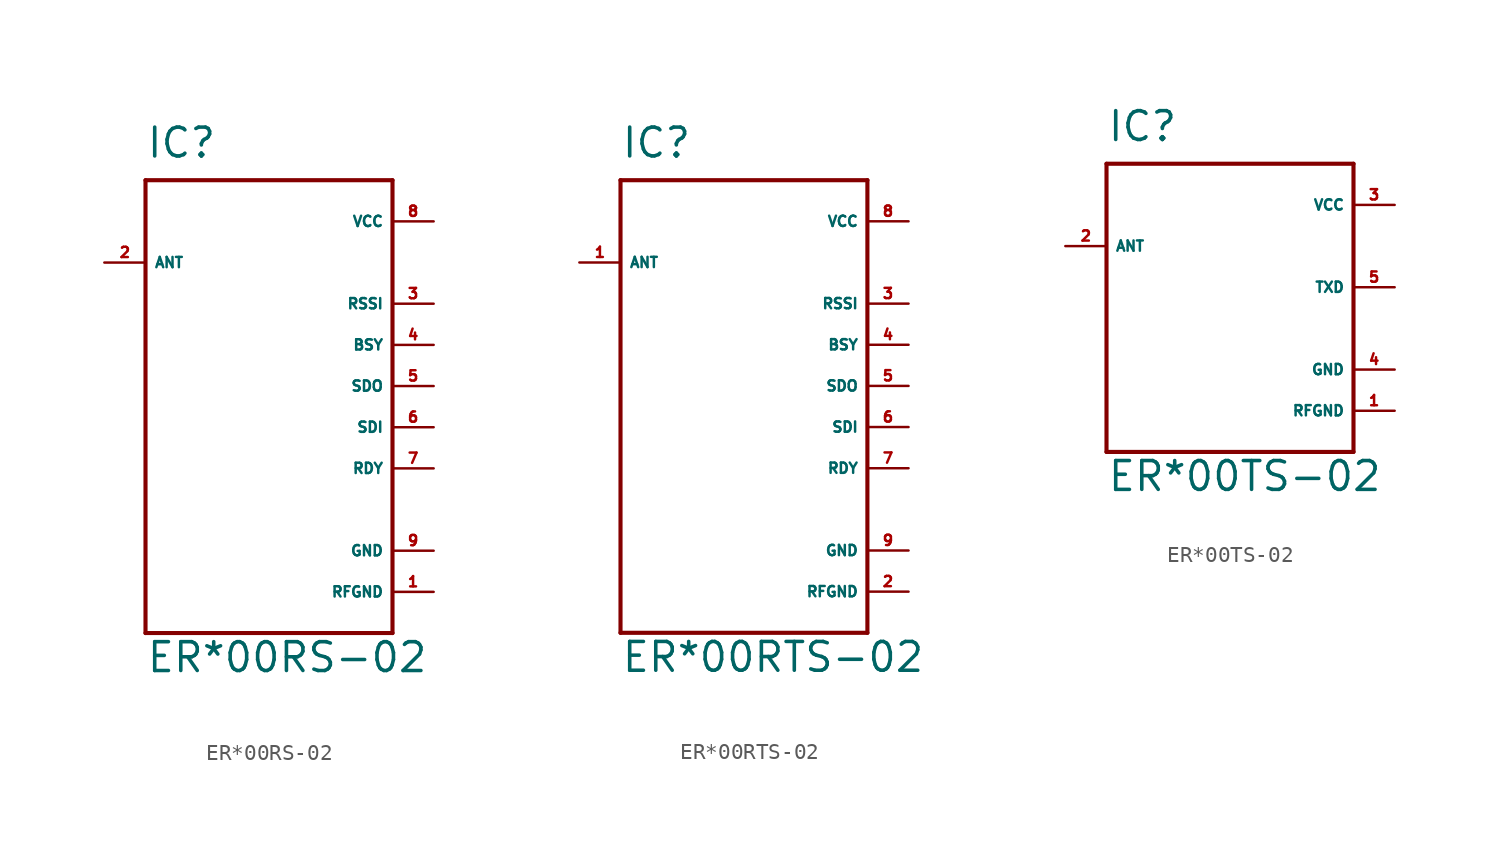
<source format=kicad_sym>
(kicad_symbol_lib
  (version 20220914)
  (generator Eagle2Kicad)
  (symbol "ER*00RS-02"
    (property "Reference" "IC"
      (at -7.62 16.51 0)
      (effects (font (size 1.778 1.778) (thickness 0.22)) (justify left bottom)))
    (property "Value" "ER*00RS-02"
      (at -7.62 -15.24 0)
      (effects (font (size 1.778 1.778) (thickness 0.22)) (justify left bottom)))
    (polyline
      (pts (xy -7.62 15.24) (xy 7.62 15.24))
      (stroke (width 0.254) (type default))
      (fill (type none)))
    (polyline
      (pts (xy 7.62 15.24) (xy 7.62 -12.7))
      (stroke (width 0.254) (type default))
      (fill (type none)))
    (polyline
      (pts (xy 7.62 -12.7) (xy -7.62 -12.7))
      (stroke (width 0.254) (type default))
      (fill (type none)))
    (polyline
      (pts (xy -7.62 -12.7) (xy -7.62 15.24))
      (stroke (width 0.254) (type default))
      (fill (type none)))
    (pin input line
      (at -10.16 10.16 0)
      (length 2.54)
      (name "ANT" (effects (font (size 0.635 0.635) (thickness 0.08)) (justify left bottom)))
      (number "2" (effects (font (size 0.635 0.635) (thickness 0.08)) (justify left bottom))))
    (pin unspecified line
      (at 10.16 12.7 180)
      (length 2.54)
      (name "VCC" (effects (font (size 0.635 0.635) (thickness 0.08)) (justify left bottom)))
      (number "8" (effects (font (size 0.635 0.635) (thickness 0.08)) (justify left bottom))))
    (pin unspecified line
      (at 10.16 -7.62 180)
      (length 2.54)
      (name "GND" (effects (font (size 0.635 0.635) (thickness 0.08)) (justify left bottom)))
      (number "9" (effects (font (size 0.635 0.635) (thickness 0.08)) (justify left bottom))))
    (pin bidirectional line
      (at 10.16 0 180)
      (length 2.54)
      (name "SDI" (effects (font (size 0.635 0.635) (thickness 0.08)) (justify left bottom)))
      (number "6" (effects (font (size 0.635 0.635) (thickness 0.08)) (justify left bottom))))
    (pin input line
      (at 10.16 -10.16 180)
      (length 2.54)
      (name "RFGND" (effects (font (size 0.635 0.635) (thickness 0.08)) (justify left bottom)))
      (number "1" (effects (font (size 0.635 0.635) (thickness 0.08)) (justify left bottom))))
    (pin output line
      (at 10.16 7.62 180)
      (length 2.54)
      (name "RSSI" (effects (font (size 0.635 0.635) (thickness 0.08)) (justify left bottom)))
      (number "3" (effects (font (size 0.635 0.635) (thickness 0.08)) (justify left bottom))))
    (pin output line
      (at 10.16 2.54 180)
      (length 2.54)
      (name "SDO" (effects (font (size 0.635 0.635) (thickness 0.08)) (justify left bottom)))
      (number "5" (effects (font (size 0.635 0.635) (thickness 0.08)) (justify left bottom))))
    (pin bidirectional line
      (at 10.16 5.08 180)
      (length 2.54)
      (name "BSY" (effects (font (size 0.635 0.635) (thickness 0.08)) (justify left bottom)))
      (number "4" (effects (font (size 0.635 0.635) (thickness 0.08)) (justify left bottom))))
    (pin bidirectional line
      (at 10.16 -2.54 180)
      (length 2.54)
      (name "RDY" (effects (font (size 0.635 0.635) (thickness 0.08)) (justify left bottom)))
      (number "7" (effects (font (size 0.635 0.635) (thickness 0.08)) (justify left bottom)))))
  (symbol "ER*00RTS-02"
    (property "Reference" "IC"
      (at -7.62 16.51 0)
      (effects (font (size 1.778 1.778) (thickness 0.22)) (justify left bottom)))
    (property "Value" "ER*00RTS-02"
      (at -7.62 -15.24 0)
      (effects (font (size 1.778 1.778) (thickness 0.22)) (justify left bottom)))
    (polyline
      (pts (xy -7.62 15.24) (xy 7.62 15.24))
      (stroke (width 0.254) (type default))
      (fill (type none)))
    (polyline
      (pts (xy 7.62 15.24) (xy 7.62 -12.7))
      (stroke (width 0.254) (type default))
      (fill (type none)))
    (polyline
      (pts (xy 7.62 -12.7) (xy -7.62 -12.7))
      (stroke (width 0.254) (type default))
      (fill (type none)))
    (polyline
      (pts (xy -7.62 -12.7) (xy -7.62 15.24))
      (stroke (width 0.254) (type default))
      (fill (type none)))
    (pin input line
      (at -10.16 10.16 0)
      (length 2.54)
      (name "ANT" (effects (font (size 0.635 0.635) (thickness 0.08)) (justify left bottom)))
      (number "1" (effects (font (size 0.635 0.635) (thickness 0.08)) (justify left bottom))))
    (pin unspecified line
      (at 10.16 12.7 180)
      (length 2.54)
      (name "VCC" (effects (font (size 0.635 0.635) (thickness 0.08)) (justify left bottom)))
      (number "8" (effects (font (size 0.635 0.635) (thickness 0.08)) (justify left bottom))))
    (pin unspecified line
      (at 10.16 -7.62 180)
      (length 2.54)
      (name "GND" (effects (font (size 0.635 0.635) (thickness 0.08)) (justify left bottom)))
      (number "9" (effects (font (size 0.635 0.635) (thickness 0.08)) (justify left bottom))))
    (pin bidirectional line
      (at 10.16 0 180)
      (length 2.54)
      (name "SDI" (effects (font (size 0.635 0.635) (thickness 0.08)) (justify left bottom)))
      (number "6" (effects (font (size 0.635 0.635) (thickness 0.08)) (justify left bottom))))
    (pin input line
      (at 10.16 -10.16 180)
      (length 2.54)
      (name "RFGND" (effects (font (size 0.635 0.635) (thickness 0.08)) (justify left bottom)))
      (number "2" (effects (font (size 0.635 0.635) (thickness 0.08)) (justify left bottom))))
    (pin output line
      (at 10.16 7.62 180)
      (length 2.54)
      (name "RSSI" (effects (font (size 0.635 0.635) (thickness 0.08)) (justify left bottom)))
      (number "3" (effects (font (size 0.635 0.635) (thickness 0.08)) (justify left bottom))))
    (pin output line
      (at 10.16 2.54 180)
      (length 2.54)
      (name "SDO" (effects (font (size 0.635 0.635) (thickness 0.08)) (justify left bottom)))
      (number "5" (effects (font (size 0.635 0.635) (thickness 0.08)) (justify left bottom))))
    (pin bidirectional line
      (at 10.16 5.08 180)
      (length 2.54)
      (name "BSY" (effects (font (size 0.635 0.635) (thickness 0.08)) (justify left bottom)))
      (number "4" (effects (font (size 0.635 0.635) (thickness 0.08)) (justify left bottom))))
    (pin bidirectional line
      (at 10.16 -2.54 180)
      (length 2.54)
      (name "RDY" (effects (font (size 0.635 0.635) (thickness 0.08)) (justify left bottom)))
      (number "7" (effects (font (size 0.635 0.635) (thickness 0.08)) (justify left bottom)))))
  (symbol "ER*00TS-02"
    (property "Reference" "IC"
      (at -7.62 8.89 0)
      (effects (font (size 1.778 1.778) (thickness 0.22)) (justify left bottom)))
    (property "Value" "ER*00TS-02"
      (at -7.62 -12.7 0)
      (effects (font (size 1.778 1.778) (thickness 0.22)) (justify left bottom)))
    (polyline
      (pts (xy -7.62 7.62) (xy 7.62 7.62))
      (stroke (width 0.254) (type default))
      (fill (type none)))
    (polyline
      (pts (xy 7.62 7.62) (xy 7.62 -10.16))
      (stroke (width 0.254) (type default))
      (fill (type none)))
    (polyline
      (pts (xy 7.62 -10.16) (xy -7.62 -10.16))
      (stroke (width 0.254) (type default))
      (fill (type none)))
    (polyline
      (pts (xy -7.62 -10.16) (xy -7.62 7.62))
      (stroke (width 0.254) (type default))
      (fill (type none)))
    (pin input line
      (at -10.16 2.54 0)
      (length 2.54)
      (name "ANT" (effects (font (size 0.635 0.635) (thickness 0.08)) (justify left bottom)))
      (number "2" (effects (font (size 0.635 0.635) (thickness 0.08)) (justify left bottom))))
    (pin unspecified line
      (at 10.16 5.08 180)
      (length 2.54)
      (name "VCC" (effects (font (size 0.635 0.635) (thickness 0.08)) (justify left bottom)))
      (number "3" (effects (font (size 0.635 0.635) (thickness 0.08)) (justify left bottom))))
    (pin unspecified line
      (at 10.16 -5.08 180)
      (length 2.54)
      (name "GND" (effects (font (size 0.635 0.635) (thickness 0.08)) (justify left bottom)))
      (number "4" (effects (font (size 0.635 0.635) (thickness 0.08)) (justify left bottom))))
    (pin input line
      (at 10.16 0 180)
      (length 2.54)
      (name "TXD" (effects (font (size 0.635 0.635) (thickness 0.08)) (justify left bottom)))
      (number "5" (effects (font (size 0.635 0.635) (thickness 0.08)) (justify left bottom))))
    (pin input line
      (at 10.16 -7.62 180)
      (length 2.54)
      (name "RFGND" (effects (font (size 0.635 0.635) (thickness 0.08)) (justify left bottom)))
      (number "1" (effects (font (size 0.635 0.635) (thickness 0.08)) (justify left bottom))))))
</source>
